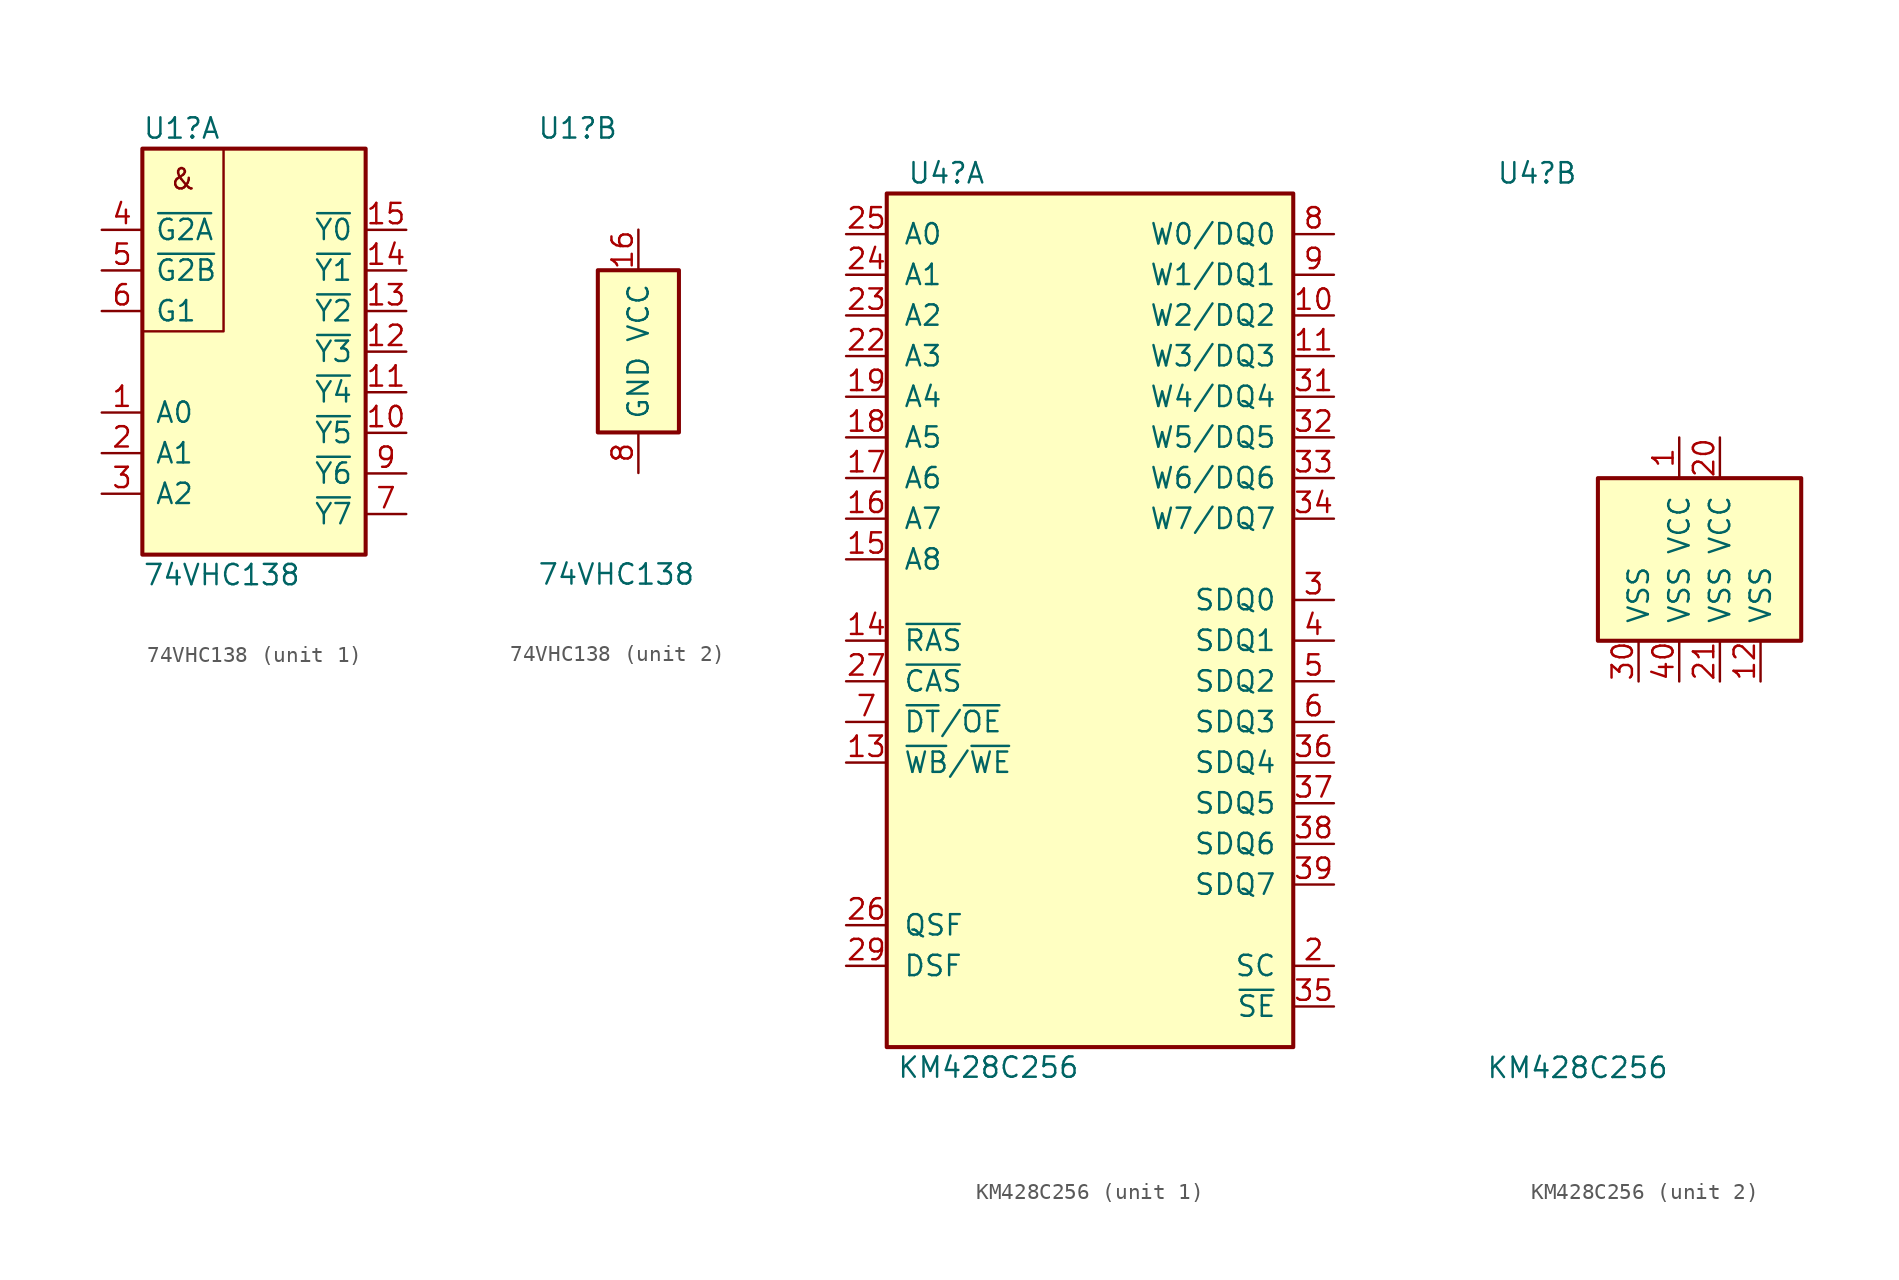
<source format=kicad_sym>
(kicad_symbol_lib
  (version 20211014)
  (generator kicad_symbol_editor)
  (symbol "74VHC138"
    (pin_names
      (offset 0.762))
    (property "Reference" "U1"
      (at -6.35 13.97 0)
      (effects (font (size 1.27 1.27)) (justify left)))
    (property "Value" "74VHC138"
      (at -6.35 -13.97 0)
      (effects (font (size 1.27 1.27)) (justify left)))
    (property "ki_locked" ""
      (at 0 0 0)
      (effects (font (size 1.27 1.27))))
    (symbol "74VHC138_1_0"
      (polyline (pts (xy -1.27 12.7) (xy -1.27 1.27) (xy -6.35 1.27) (xy -6.35 1.27)) (stroke (width 0) (type default) (color 0 0 0 0)) (fill (type none)))
      (text "&" (at -3.81 10.795 0) (effects (font (size 1.27 1.27)))))
    (symbol "74VHC138_1_1"
      (rectangle (start -6.35 12.7) (end 7.62 -12.7) (stroke (width 0.254) (type default) (color 0 0 0 0)) (fill (type background)))
      (pin input line (at -8.89 -3.81 0) (length 2.54) (name "A0" (effects (font (size 1.27 1.27)))) (number "1" (effects (font (size 1.27 1.27)))))
      (pin output line (at 10.16 -5.08 180) (length 2.54) (name "~{Y5}" (effects (font (size 1.27 1.27)))) (number "10" (effects (font (size 1.27 1.27)))))
      (pin output line (at 10.16 -2.54 180) (length 2.54) (name "~{Y4}" (effects (font (size 1.27 1.27)))) (number "11" (effects (font (size 1.27 1.27)))))
      (pin output line (at 10.16 0 180) (length 2.54) (name "~{Y3}" (effects (font (size 1.27 1.27)))) (number "12" (effects (font (size 1.27 1.27)))))
      (pin output line (at 10.16 2.54 180) (length 2.54) (name "~{Y2}" (effects (font (size 1.27 1.27)))) (number "13" (effects (font (size 1.27 1.27)))))
      (pin output line (at 10.16 5.08 180) (length 2.54) (name "~{Y1}" (effects (font (size 1.27 1.27)))) (number "14" (effects (font (size 1.27 1.27)))))
      (pin output line (at 10.16 7.62 180) (length 2.54) (name "~{Y0}" (effects (font (size 1.27 1.27)))) (number "15" (effects (font (size 1.27 1.27)))))
      (pin input line (at -8.89 -6.35 0) (length 2.54) (name "A1" (effects (font (size 1.27 1.27)))) (number "2" (effects (font (size 1.27 1.27)))))
      (pin input line (at -8.89 -8.89 0) (length 2.54) (name "A2" (effects (font (size 1.27 1.27)))) (number "3" (effects (font (size 1.27 1.27)))))
      (pin input line (at -8.89 7.62 0) (length 2.54) (name "~{G2A}" (effects (font (size 1.27 1.27)))) (number "4" (effects (font (size 1.27 1.27)))))
      (pin input line (at -8.89 5.08 0) (length 2.54) (name "~{G2B}" (effects (font (size 1.27 1.27)))) (number "5" (effects (font (size 1.27 1.27)))))
      (pin input line (at -8.89 2.54 0) (length 2.54) (name "G1" (effects (font (size 1.27 1.27)))) (number "6" (effects (font (size 1.27 1.27)))))
      (pin output line (at 10.16 -10.16 180) (length 2.54) (name "~{Y7}" (effects (font (size 1.27 1.27)))) (number "7" (effects (font (size 1.27 1.27)))))
      (pin output line (at 10.16 -7.62 180) (length 2.54) (name "~{Y6}" (effects (font (size 1.27 1.27)))) (number "9" (effects (font (size 1.27 1.27))))))
    (symbol "74VHC138_2_0"
      (rectangle (start -2.54 5.08) (end 2.54 -5.08) (stroke (width 0.254) (type default) (color 0 0 0 0)) (fill (type background)))
      (pin power_in line (at 0 7.62 270) (length 2.54) (name "VCC" (effects (font (size 1.27 1.27)))) (number "16" (effects (font (size 1.27 1.27))))))
    (symbol "74VHC138_2_1"
      (pin power_in line (at 0 -7.62 90) (length 2.54) (name "GND" (effects (font (size 1.27 1.27)))) (number "8" (effects (font (size 1.27 1.27)))))))
  (symbol "KM428C256"
    (pin_names
      (offset 1.016))
    (property "Reference" "U4"
      (at -11.43 24.13 0)
      (effects (font (size 1.27 1.27)) (justify left)))
    (property "Value" "KM428C256"
      (at -6.35 -31.75 0)
      (effects (font (size 1.27 1.27))))
    (property "ki_locked" ""
      (at 0 0 0)
      (effects (font (size 1.27 1.27))))
    (symbol "KM428C256_1_1"
      (rectangle (start -12.7 22.86) (end 12.7 -30.48) (stroke (width 0.254) (type default) (color 0 0 0 0)) (fill (type background)))
      (pin bidirectional line (at 15.24 15.24 180) (length 2.54) (name "W2/DQ2" (effects (font (size 1.27 1.27)))) (number "10" (effects (font (size 1.27 1.27)))))
      (pin bidirectional line (at 15.24 12.7 180) (length 2.54) (name "W3/DQ3" (effects (font (size 1.27 1.27)))) (number "11" (effects (font (size 1.27 1.27)))))
      (pin input line (at -15.24 -12.7 0) (length 2.54) (name "~{WB}/~{WE}" (effects (font (size 1.27 1.27)))) (number "13" (effects (font (size 1.27 1.27)))))
      (pin input line (at -15.24 -5.08 0) (length 2.54) (name "~{RAS}" (effects (font (size 1.27 1.27)))) (number "14" (effects (font (size 1.27 1.27)))))
      (pin input line (at -15.24 0 0) (length 2.54) (name "A8" (effects (font (size 1.27 1.27)))) (number "15" (effects (font (size 1.27 1.27)))))
      (pin input line (at -15.24 2.54 0) (length 2.54) (name "A7" (effects (font (size 1.27 1.27)))) (number "16" (effects (font (size 1.27 1.27)))))
      (pin input line (at -15.24 5.08 0) (length 2.54) (name "A6" (effects (font (size 1.27 1.27)))) (number "17" (effects (font (size 1.27 1.27)))))
      (pin input line (at -15.24 7.62 0) (length 2.54) (name "A5" (effects (font (size 1.27 1.27)))) (number "18" (effects (font (size 1.27 1.27)))))
      (pin input line (at -15.24 10.16 0) (length 2.54) (name "A4" (effects (font (size 1.27 1.27)))) (number "19" (effects (font (size 1.27 1.27)))))
      (pin input line (at 15.24 -25.4 180) (length 2.54) (name "SC" (effects (font (size 1.27 1.27)))) (number "2" (effects (font (size 1.27 1.27)))))
      (pin input line (at -15.24 12.7 0) (length 2.54) (name "A3" (effects (font (size 1.27 1.27)))) (number "22" (effects (font (size 1.27 1.27)))))
      (pin input line (at -15.24 15.24 0) (length 2.54) (name "A2" (effects (font (size 1.27 1.27)))) (number "23" (effects (font (size 1.27 1.27)))))
      (pin input line (at -15.24 17.78 0) (length 2.54) (name "A1" (effects (font (size 1.27 1.27)))) (number "24" (effects (font (size 1.27 1.27)))))
      (pin input line (at -15.24 20.32 0) (length 2.54) (name "A0" (effects (font (size 1.27 1.27)))) (number "25" (effects (font (size 1.27 1.27)))))
      (pin input line (at -15.24 -22.86 0) (length 2.54) (name "QSF" (effects (font (size 1.27 1.27)))) (number "26" (effects (font (size 1.27 1.27)))))
      (pin input line (at -15.24 -7.62 0) (length 2.54) (name "~{CAS}" (effects (font (size 1.27 1.27)))) (number "27" (effects (font (size 1.27 1.27)))))
      (pin no_connect line (at 10.16 0 180) (length 2.54) hide (name "N/C" (effects (font (size 1.27 1.27)))) (number "28" (effects (font (size 1.27 1.27)))))
      (pin input line (at -15.24 -25.4 0) (length 2.54) (name "DSF" (effects (font (size 1.27 1.27)))) (number "29" (effects (font (size 1.27 1.27)))))
      (pin bidirectional line (at 15.24 -2.54 180) (length 2.54) (name "SDQ0" (effects (font (size 1.27 1.27)))) (number "3" (effects (font (size 1.27 1.27)))))
      (pin bidirectional line (at 15.24 10.16 180) (length 2.54) (name "W4/DQ4" (effects (font (size 1.27 1.27)))) (number "31" (effects (font (size 1.27 1.27)))))
      (pin bidirectional line (at 15.24 7.62 180) (length 2.54) (name "W5/DQ5" (effects (font (size 1.27 1.27)))) (number "32" (effects (font (size 1.27 1.27)))))
      (pin bidirectional line (at 15.24 5.08 180) (length 2.54) (name "W6/DQ6" (effects (font (size 1.27 1.27)))) (number "33" (effects (font (size 1.27 1.27)))))
      (pin bidirectional line (at 15.24 2.54 180) (length 2.54) (name "W7/DQ7" (effects (font (size 1.27 1.27)))) (number "34" (effects (font (size 1.27 1.27)))))
      (pin input line (at 15.24 -27.94 180) (length 2.54) (name "~{SE}" (effects (font (size 1.27 1.27)))) (number "35" (effects (font (size 1.27 1.27)))))
      (pin bidirectional line (at 15.24 -12.7 180) (length 2.54) (name "SDQ4" (effects (font (size 1.27 1.27)))) (number "36" (effects (font (size 1.27 1.27)))))
      (pin bidirectional line (at 15.24 -15.24 180) (length 2.54) (name "SDQ5" (effects (font (size 1.27 1.27)))) (number "37" (effects (font (size 1.27 1.27)))))
      (pin bidirectional line (at 15.24 -17.78 180) (length 2.54) (name "SDQ6" (effects (font (size 1.27 1.27)))) (number "38" (effects (font (size 1.27 1.27)))))
      (pin bidirectional line (at 15.24 -20.32 180) (length 2.54) (name "SDQ7" (effects (font (size 1.27 1.27)))) (number "39" (effects (font (size 1.27 1.27)))))
      (pin bidirectional line (at 15.24 -5.08 180) (length 2.54) (name "SDQ1" (effects (font (size 1.27 1.27)))) (number "4" (effects (font (size 1.27 1.27)))))
      (pin bidirectional line (at 15.24 -7.62 180) (length 2.54) (name "SDQ2" (effects (font (size 1.27 1.27)))) (number "5" (effects (font (size 1.27 1.27)))))
      (pin bidirectional line (at 15.24 -10.16 180) (length 2.54) (name "SDQ3" (effects (font (size 1.27 1.27)))) (number "6" (effects (font (size 1.27 1.27)))))
      (pin input line (at -15.24 -10.16 0) (length 2.54) (name "~{DT}/~{OE}" (effects (font (size 1.27 1.27)))) (number "7" (effects (font (size 1.27 1.27)))))
      (pin bidirectional line (at 15.24 20.32 180) (length 2.54) (name "W0/DQ0" (effects (font (size 1.27 1.27)))) (number "8" (effects (font (size 1.27 1.27)))))
      (pin bidirectional line (at 15.24 17.78 180) (length 2.54) (name "W1/DQ1" (effects (font (size 1.27 1.27)))) (number "9" (effects (font (size 1.27 1.27))))))
    (symbol "KM428C256_2_1"
      (rectangle (start -5.08 5.08) (end 7.62 -5.08) (stroke (width 0.254) (type default) (color 0 0 0 0)) (fill (type background)))
      (pin power_in line (at 0 7.62 270) (length 2.54) (name "VCC" (effects (font (size 1.27 1.27)))) (number "1" (effects (font (size 1.27 1.27)))))
      (pin power_in line (at 5.08 -7.62 90) (length 2.54) (name "VSS" (effects (font (size 1.27 1.27)))) (number "12" (effects (font (size 1.27 1.27)))))
      (pin power_in line (at 2.54 7.62 270) (length 2.54) (name "VCC" (effects (font (size 1.27 1.27)))) (number "20" (effects (font (size 1.27 1.27)))))
      (pin power_in line (at 2.54 -7.62 90) (length 2.54) (name "VSS" (effects (font (size 1.27 1.27)))) (number "21" (effects (font (size 1.27 1.27)))))
      (pin power_in line (at -2.54 -7.62 90) (length 2.54) (name "VSS" (effects (font (size 1.27 1.27)))) (number "30" (effects (font (size 1.27 1.27)))))
      (pin power_in line (at 0 -7.62 90) (length 2.54) (name "VSS" (effects (font (size 1.27 1.27)))) (number "40" (effects (font (size 1.27 1.27))))))))
</source>
